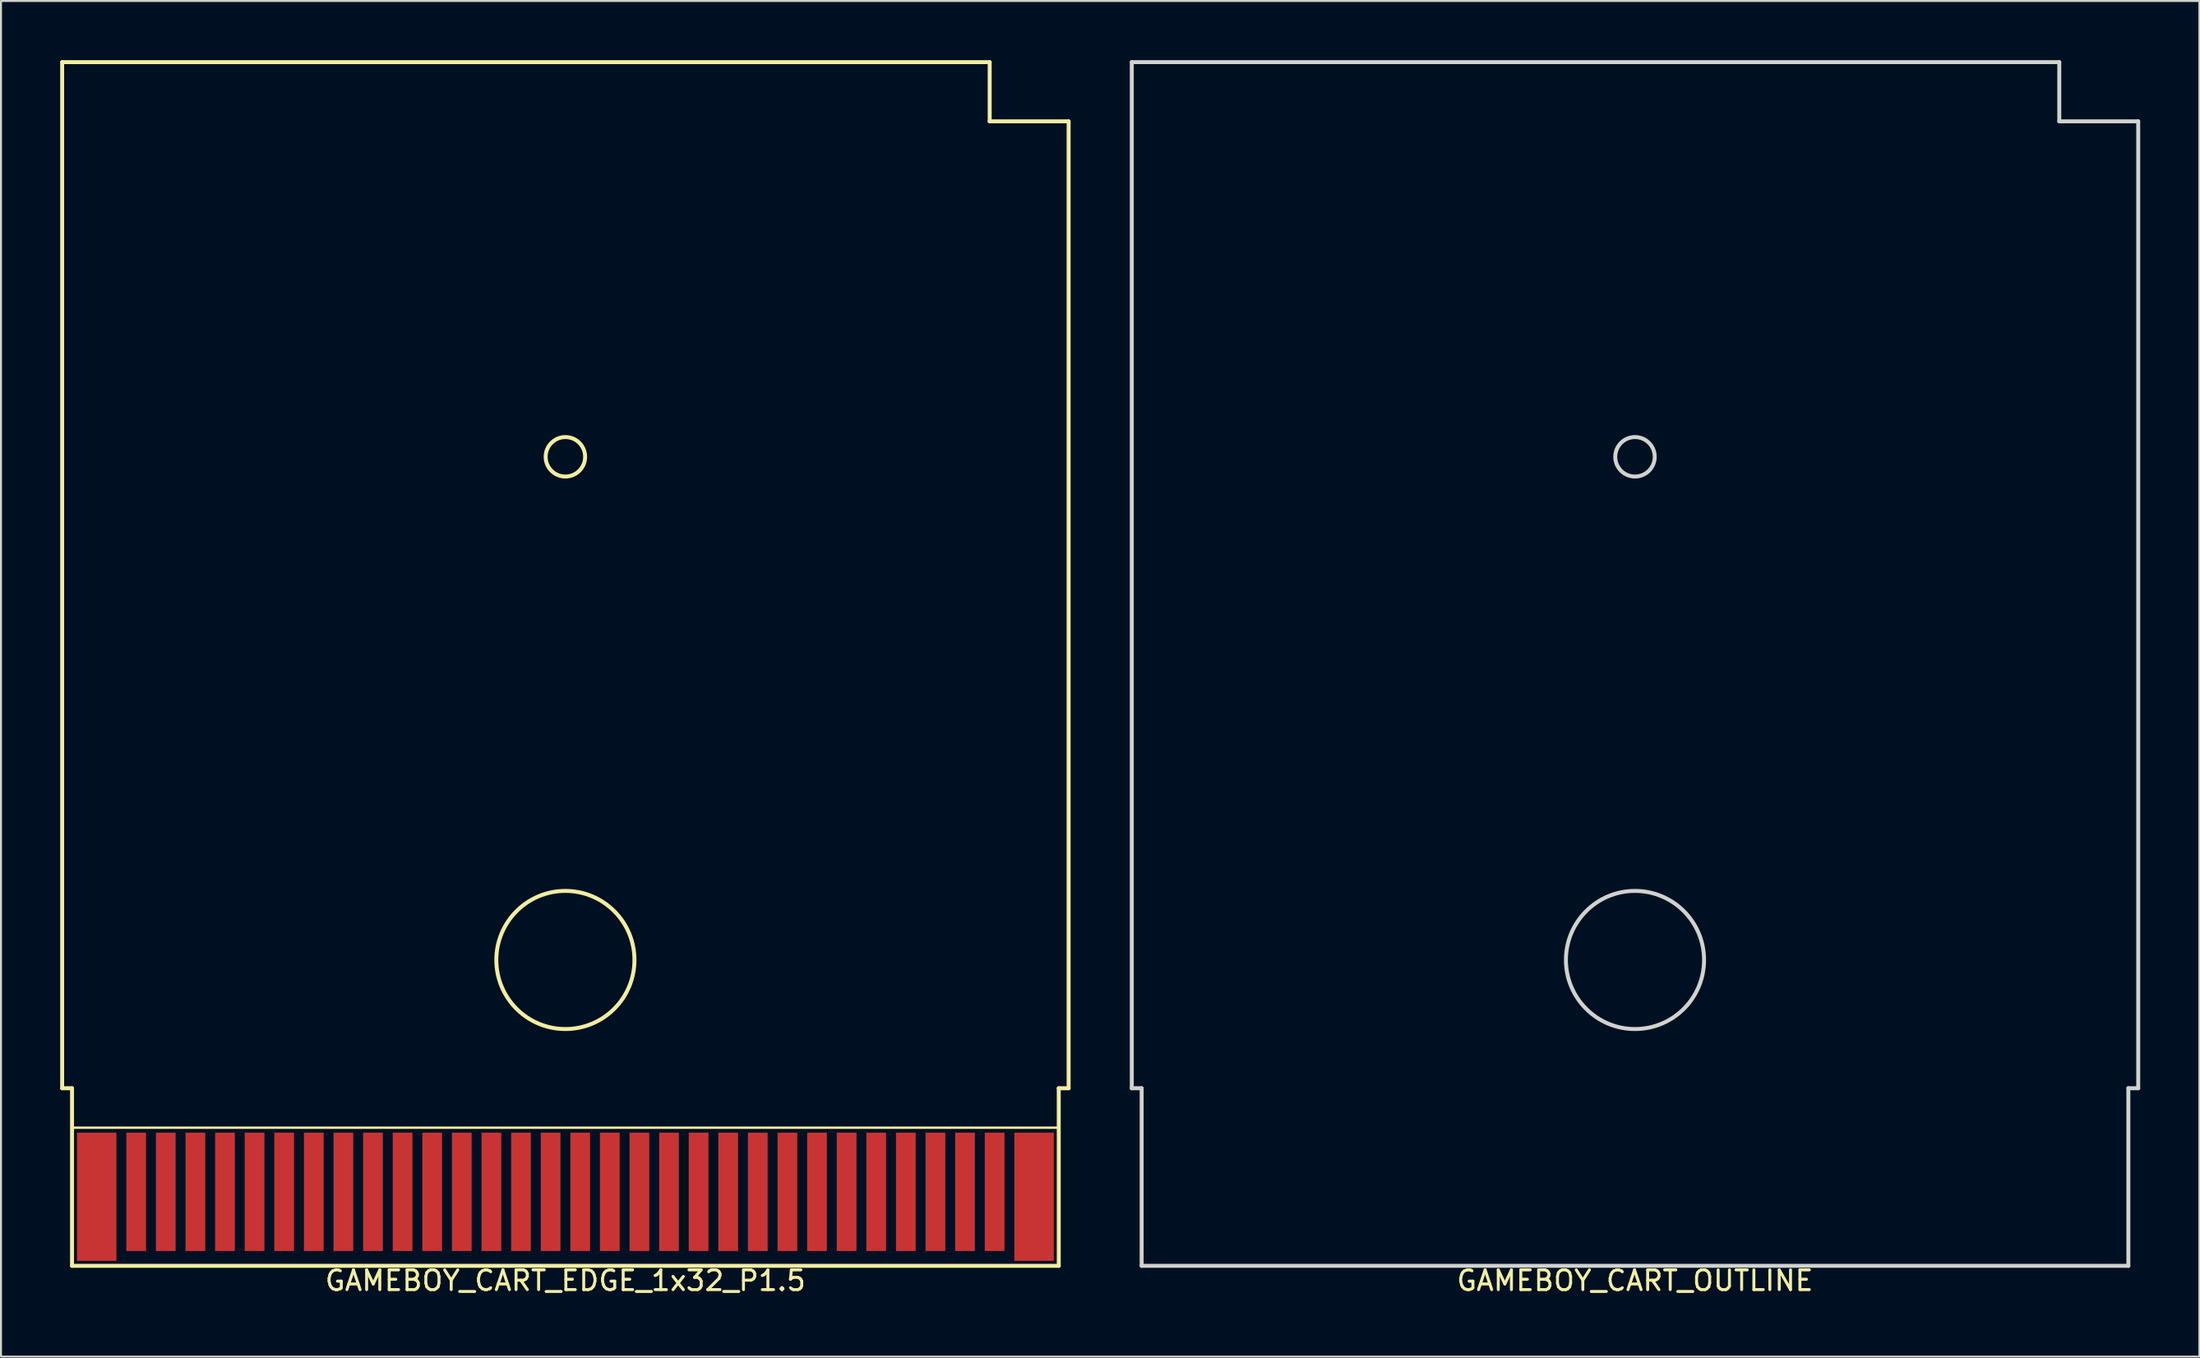
<source format=kicad_pcb>
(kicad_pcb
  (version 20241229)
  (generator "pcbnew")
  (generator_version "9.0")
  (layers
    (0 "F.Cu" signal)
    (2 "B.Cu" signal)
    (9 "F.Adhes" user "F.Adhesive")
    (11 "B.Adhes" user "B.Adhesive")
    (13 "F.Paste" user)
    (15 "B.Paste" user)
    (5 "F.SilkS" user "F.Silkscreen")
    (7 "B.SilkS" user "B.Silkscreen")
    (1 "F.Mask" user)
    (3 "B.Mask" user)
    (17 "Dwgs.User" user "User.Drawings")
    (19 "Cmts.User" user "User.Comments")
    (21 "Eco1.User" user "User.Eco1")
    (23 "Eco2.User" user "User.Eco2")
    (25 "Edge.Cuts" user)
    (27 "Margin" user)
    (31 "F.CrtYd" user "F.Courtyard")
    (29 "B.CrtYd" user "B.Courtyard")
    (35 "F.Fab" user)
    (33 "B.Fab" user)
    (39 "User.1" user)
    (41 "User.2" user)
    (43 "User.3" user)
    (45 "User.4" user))
  (footprint "GAMEBOY_CART_OUTLINE"
    (layer "F.Cu")
    (at 79.8 57.35)
    (property "Reference" "GAMEBOY_CART_OUTLINE" (at 0 4.5 0) (layer "F.SilkS") (effects (font (size 1 1) (thickness 0.15))))
    (attr smd)
    (fp_line (start -25.5 -57.25) (end 21.5 -57.25) (stroke (width 0.2) (type solid)) (layer "Edge.Cuts"))
    (fp_line (start -25.5 -5.25) (end -25.5 -57.25) (stroke (width 0.2) (type solid)) (layer "Edge.Cuts"))
    (fp_line (start -25.5 -5.25) (end -25 -5.25) (stroke (width 0.2) (type solid)) (layer "Edge.Cuts"))
    (fp_line (start -25 3.75) (end -25 -5.25) (stroke (width 0.2) (type solid)) (layer "Edge.Cuts"))
    (fp_line (start -25 3.75) (end 25 3.75) (stroke (width 0.2) (type solid)) (layer "Edge.Cuts"))
    (fp_line (start 21.5 -57.25) (end 21.5 -54.25) (stroke (width 0.2) (type solid)) (layer "Edge.Cuts"))
    (fp_line (start 21.5 -54.25) (end 25.5 -54.25) (stroke (width 0.2) (type solid)) (layer "Edge.Cuts"))
    (fp_line (start 25 -5.25) (end 25.5 -5.25) (stroke (width 0.2) (type solid)) (layer "Edge.Cuts"))
    (fp_line (start 25 3.75) (end 25 -5.25) (stroke (width 0.2) (type solid)) (layer "Edge.Cuts"))
    (fp_line (start 25.5 -5.25) (end 25.5 -54.25) (stroke (width 0.2) (type solid)) (layer "Edge.Cuts"))
    (fp_circle (center 0 -37.25) (end 1 -37.25) (stroke (width 0.2) (type solid)) (fill no) (layer "Edge.Cuts"))
    (fp_circle (center 0 -11.75) (end 3.5 -11.75) (stroke (width 0.2) (type solid)) (fill no) (layer "Edge.Cuts")))
  (footprint "GAMEBOY_CART_EDGE_1x32_P1.5"
    (layer "F.Cu")
    (at 25.6 57.35)
    (property "Reference" "GAMEBOY_CART_EDGE_1x32_P1.5" (at 0 4.5 0) (layer "F.SilkS") (effects (font (size 1 1) (thickness 0.15))))
    (attr smd)
    (fp_line (start -25.5 -57.25) (end 21.5 -57.25) (stroke (width 0.2) (type solid)) (layer "F.SilkS"))
    (fp_line (start -25.5 -5.25) (end -25.5 -57.25) (stroke (width 0.2) (type solid)) (layer "F.SilkS"))
    (fp_line (start -25.5 -5.25) (end -25 -5.25) (stroke (width 0.2) (type solid)) (layer "F.SilkS"))
    (fp_line (start -25 -3.25) (end -25 3.75) (stroke (width 0.12) (type solid)) (layer "F.SilkS"))
    (fp_line (start -25 -3.25) (end 25 -3.25) (stroke (width 0.12) (type solid)) (layer "F.SilkS"))
    (fp_line (start -25 3.75) (end -25 -5.25) (stroke (width 0.2) (type solid)) (layer "F.SilkS"))
    (fp_line (start -25 3.75) (end 25 3.75) (stroke (width 0.12) (type solid)) (layer "F.SilkS"))
    (fp_line (start -25 3.75) (end 25 3.75) (stroke (width 0.2) (type solid)) (layer "F.SilkS"))
    (fp_line (start 21.5 -57.25) (end 21.5 -54.25) (stroke (width 0.2) (type solid)) (layer "F.SilkS"))
    (fp_line (start 21.5 -54.25) (end 25.5 -54.25) (stroke (width 0.2) (type solid)) (layer "F.SilkS"))
    (fp_line (start 25 -5.25) (end 25.5 -5.25) (stroke (width 0.2) (type solid)) (layer "F.SilkS"))
    (fp_line (start 25 3.75) (end 25 -5.25) (stroke (width 0.2) (type solid)) (layer "F.SilkS"))
    (fp_line (start 25 3.75) (end 25 -3.25) (stroke (width 0.12) (type solid)) (layer "F.SilkS"))
    (fp_line (start 25.5 -5.25) (end 25.5 -54.25) (stroke (width 0.2) (type solid)) (layer "F.SilkS"))
    (fp_circle (center 0 -37.25) (end 1 -37.25) (stroke (width 0.2) (type solid)) (fill no) (layer "F.SilkS"))
    (fp_circle (center 0 -11.75) (end 3.5 -11.75) (stroke (width 0.2) (type solid)) (fill no) (layer "F.SilkS"))
    (pad "1" smd rect (at -23.75 0.25) (size 2 6.5) (layers "F.Cu" "F.Mask" "F.Paste"))
    (pad "2" smd rect (at -21.75 0) (size 1 6) (layers "F.Cu" "F.Mask" "F.Paste"))
    (pad "3" smd rect (at -20.25 0) (size 1 6) (layers "F.Cu" "F.Mask" "F.Paste"))
    (pad "4" smd rect (at -18.75 0) (size 1 6) (layers "F.Cu" "F.Mask" "F.Paste"))
    (pad "5" smd rect (at -17.25 0) (size 1 6) (layers "F.Cu" "F.Mask" "F.Paste"))
    (pad "6" smd rect (at -15.75 0) (size 1 6) (layers "F.Cu" "F.Mask" "F.Paste"))
    (pad "7" smd rect (at -14.25 0) (size 1 6) (layers "F.Cu" "F.Mask" "F.Paste"))
    (pad "8" smd rect (at -12.75 0) (size 1 6) (layers "F.Cu" "F.Mask" "F.Paste"))
    (pad "9" smd rect (at -11.25 0) (size 1 6) (layers "F.Cu" "F.Mask" "F.Paste"))
    (pad "10" smd rect (at -9.75 0) (size 1 6) (layers "F.Cu" "F.Mask" "F.Paste"))
    (pad "11" smd rect (at -8.25 0) (size 1 6) (layers "F.Cu" "F.Mask" "F.Paste"))
    (pad "12" smd rect (at -6.75 0) (size 1 6) (layers "F.Cu" "F.Mask" "F.Paste"))
    (pad "13" smd rect (at -5.25 0) (size 1 6) (layers "F.Cu" "F.Mask" "F.Paste"))
    (pad "14" smd rect (at -3.75 0) (size 1 6) (layers "F.Cu" "F.Mask" "F.Paste"))
    (pad "15" smd rect (at -2.25 0) (size 1 6) (layers "F.Cu" "F.Mask" "F.Paste"))
    (pad "16" smd rect (at -0.75 0) (size 1 6) (layers "F.Cu" "F.Mask" "F.Paste"))
    (pad "17" smd rect (at 0.75 0) (size 1 6) (layers "F.Cu" "F.Mask" "F.Paste"))
    (pad "18" smd rect (at 2.25 0) (size 1 6) (layers "F.Cu" "F.Mask" "F.Paste"))
    (pad "19" smd rect (at 3.75 0) (size 1 6) (layers "F.Cu" "F.Mask" "F.Paste"))
    (pad "20" smd rect (at 5.25 0) (size 1 6) (layers "F.Cu" "F.Mask" "F.Paste"))
    (pad "21" smd rect (at 6.75 0) (size 1 6) (layers "F.Cu" "F.Mask" "F.Paste"))
    (pad "22" smd rect (at 8.25 0) (size 1 6) (layers "F.Cu" "F.Mask" "F.Paste"))
    (pad "23" smd rect (at 9.75 0) (size 1 6) (layers "F.Cu" "F.Mask" "F.Paste"))
    (pad "24" smd rect (at 11.25 0) (size 1 6) (layers "F.Cu" "F.Mask" "F.Paste"))
    (pad "25" smd rect (at 12.75 0) (size 1 6) (layers "F.Cu" "F.Mask" "F.Paste"))
    (pad "26" smd rect (at 14.25 0) (size 1 6) (layers "F.Cu" "F.Mask" "F.Paste"))
    (pad "27" smd rect (at 15.75 0) (size 1 6) (layers "F.Cu" "F.Mask" "F.Paste"))
    (pad "28" smd rect (at 17.25 0) (size 1 6) (layers "F.Cu" "F.Mask" "F.Paste"))
    (pad "29" smd rect (at 18.75 0) (size 1 6) (layers "F.Cu" "F.Mask" "F.Paste"))
    (pad "30" smd rect (at 20.25 0) (size 1 6) (layers "F.Cu" "F.Mask" "F.Paste"))
    (pad "31" smd rect (at 21.75 0) (size 1 6) (layers "F.Cu" "F.Mask" "F.Paste"))
    (pad "32" smd rect (at 23.75 0.25) (size 2 6.5) (layers "F.Cu" "F.Mask" "F.Paste")))
  (gr_rect
    (start -3 -3)
    (end 108.4 65.698)
    (stroke (width 0.1) (type default))
    (fill no)
    (layer "Edge.Cuts")))
</source>
